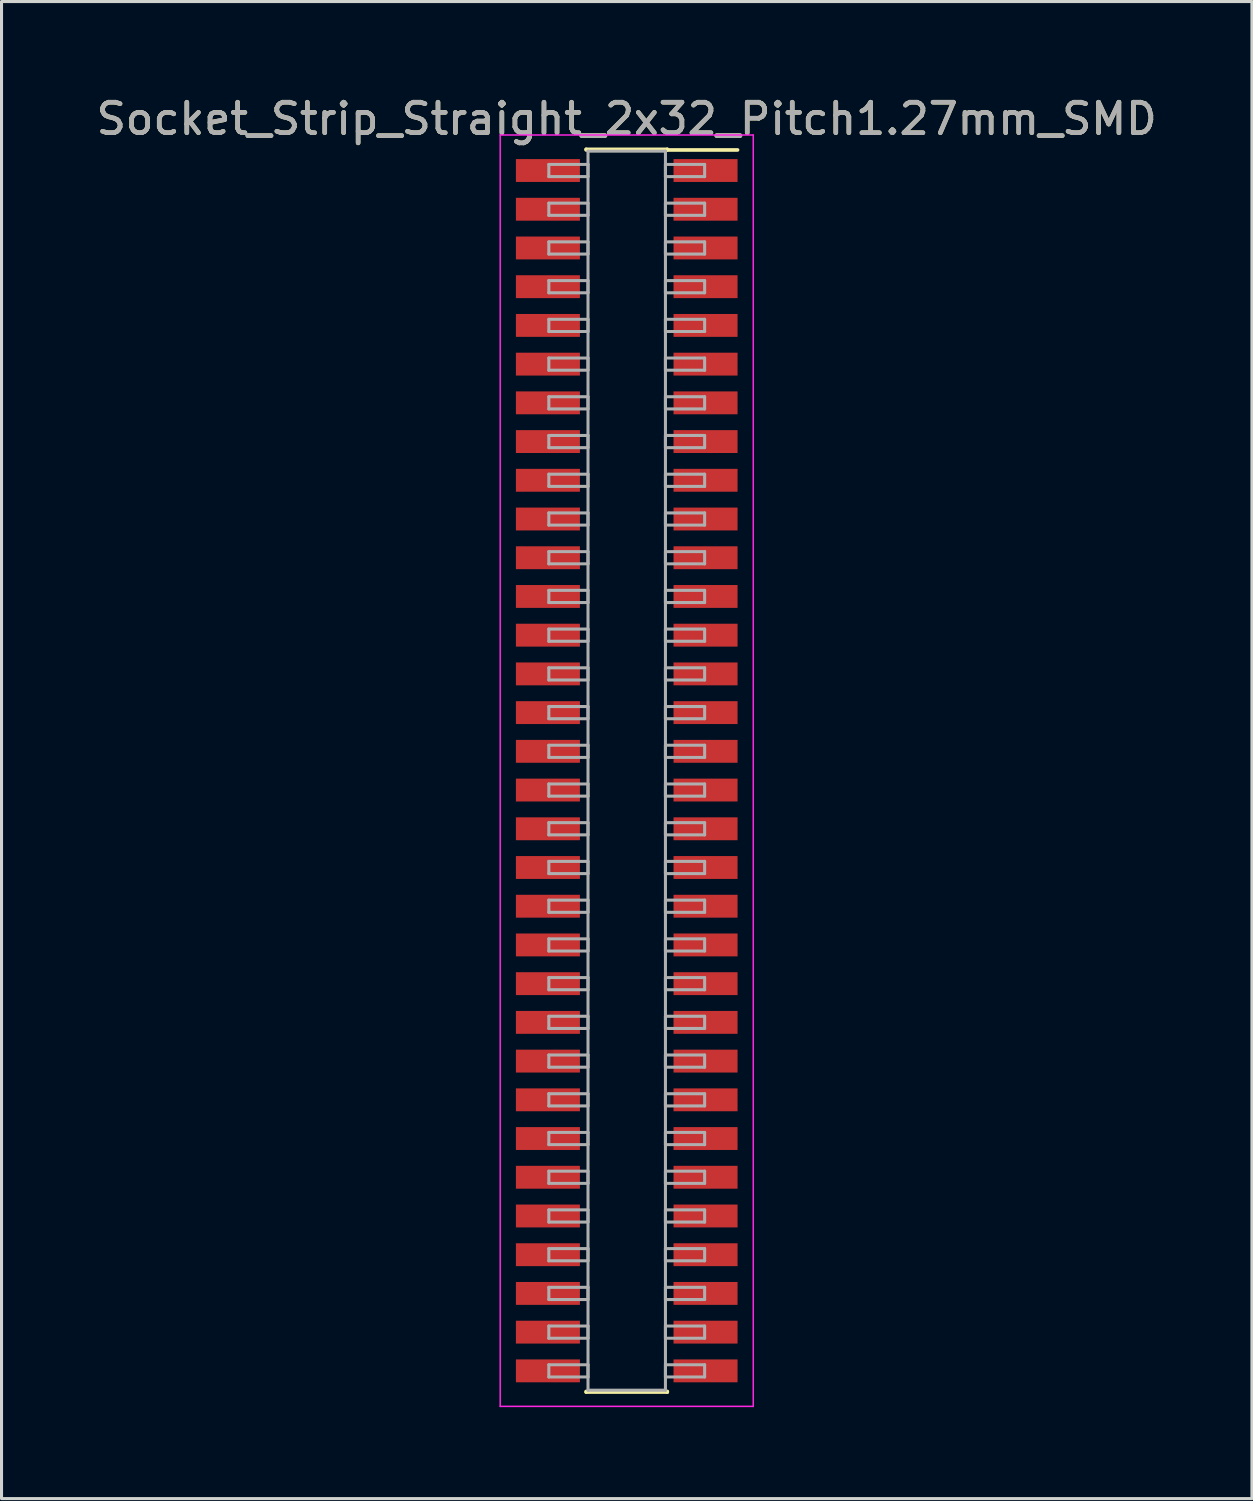
<source format=kicad_pcb>
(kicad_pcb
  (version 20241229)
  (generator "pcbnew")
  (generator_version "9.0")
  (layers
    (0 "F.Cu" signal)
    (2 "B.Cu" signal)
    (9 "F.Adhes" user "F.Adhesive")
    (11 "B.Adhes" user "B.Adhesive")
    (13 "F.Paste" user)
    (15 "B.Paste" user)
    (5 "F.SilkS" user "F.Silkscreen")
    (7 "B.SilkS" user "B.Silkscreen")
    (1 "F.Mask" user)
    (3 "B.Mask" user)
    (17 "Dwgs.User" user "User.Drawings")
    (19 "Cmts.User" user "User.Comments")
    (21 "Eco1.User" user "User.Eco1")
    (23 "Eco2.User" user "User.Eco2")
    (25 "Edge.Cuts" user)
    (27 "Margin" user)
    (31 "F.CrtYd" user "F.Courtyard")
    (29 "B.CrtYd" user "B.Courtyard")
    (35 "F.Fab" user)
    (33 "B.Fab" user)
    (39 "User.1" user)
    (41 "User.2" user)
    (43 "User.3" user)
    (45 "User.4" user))
  (footprint "Socket_Strip_Straight_2x32_Pitch1.27mm_SMD"
    (layer "F.Cu")
    (at 17.506 22.228)
    (property "Reference" "Socket_Strip_Straight_2x32_Pitch1.27mm_SMD" (at 0 -21.38 0) (layer "F.SilkS") (effects (font (size 1 1) (thickness 0.15))))
    (attr smd)
    (fp_line (start -1.33 -20.38) (end 1.33 -20.38) (stroke (width 0.12) (type solid)) (layer "F.SilkS"))
    (fp_line (start -1.33 -20.36) (end -1.33 -20.38) (stroke (width 0.12) (type solid)) (layer "F.SilkS"))
    (fp_line (start -1.33 20.36) (end -1.33 20.38) (stroke (width 0.12) (type solid)) (layer "F.SilkS"))
    (fp_line (start -1.33 20.38) (end 1.33 20.38) (stroke (width 0.12) (type solid)) (layer "F.SilkS"))
    (fp_line (start 1.33 -20.38) (end 1.33 -20.36) (stroke (width 0.12) (type solid)) (layer "F.SilkS"))
    (fp_line (start 1.33 20.38) (end 1.33 20.36) (stroke (width 0.12) (type solid)) (layer "F.SilkS"))
    (fp_line (start 3.635 -20.36) (end 1.33 -20.36) (stroke (width 0.12) (type solid)) (layer "F.SilkS"))
    (fp_line (start -4.15 -20.85) (end -4.15 20.85) (stroke (width 0.05) (type solid)) (layer "F.CrtYd"))
    (fp_line (start -4.15 20.85) (end 4.15 20.85) (stroke (width 0.05) (type solid)) (layer "F.CrtYd"))
    (fp_line (start 4.15 -20.85) (end -4.15 -20.85) (stroke (width 0.05) (type solid)) (layer "F.CrtYd"))
    (fp_line (start 4.15 20.85) (end 4.15 -20.85) (stroke (width 0.05) (type solid)) (layer "F.CrtYd"))
    (fp_line (start -2.555 -19.885) (end -1.27 -19.885) (stroke (width 0.1) (type solid)) (layer "F.Fab"))
    (fp_line (start -2.555 -19.485) (end -2.555 -19.885) (stroke (width 0.1) (type solid)) (layer "F.Fab"))
    (fp_line (start -2.555 -18.615) (end -1.27 -18.615) (stroke (width 0.1) (type solid)) (layer "F.Fab"))
    (fp_line (start -2.555 -18.215) (end -2.555 -18.615) (stroke (width 0.1) (type solid)) (layer "F.Fab"))
    (fp_line (start -2.555 -17.345) (end -1.27 -17.345) (stroke (width 0.1) (type solid)) (layer "F.Fab"))
    (fp_line (start -2.555 -16.945) (end -2.555 -17.345) (stroke (width 0.1) (type solid)) (layer "F.Fab"))
    (fp_line (start -2.555 -16.075) (end -1.27 -16.075) (stroke (width 0.1) (type solid)) (layer "F.Fab"))
    (fp_line (start -2.555 -15.675) (end -2.555 -16.075) (stroke (width 0.1) (type solid)) (layer "F.Fab"))
    (fp_line (start -2.555 -14.805) (end -1.27 -14.805) (stroke (width 0.1) (type solid)) (layer "F.Fab"))
    (fp_line (start -2.555 -14.405) (end -2.555 -14.805) (stroke (width 0.1) (type solid)) (layer "F.Fab"))
    (fp_line (start -2.555 -13.535) (end -1.27 -13.535) (stroke (width 0.1) (type solid)) (layer "F.Fab"))
    (fp_line (start -2.555 -13.135) (end -2.555 -13.535) (stroke (width 0.1) (type solid)) (layer "F.Fab"))
    (fp_line (start -2.555 -12.265) (end -1.27 -12.265) (stroke (width 0.1) (type solid)) (layer "F.Fab"))
    (fp_line (start -2.555 -11.865) (end -2.555 -12.265) (stroke (width 0.1) (type solid)) (layer "F.Fab"))
    (fp_line (start -2.555 -10.995) (end -1.27 -10.995) (stroke (width 0.1) (type solid)) (layer "F.Fab"))
    (fp_line (start -2.555 -10.595) (end -2.555 -10.995) (stroke (width 0.1) (type solid)) (layer "F.Fab"))
    (fp_line (start -2.555 -9.725) (end -1.27 -9.725) (stroke (width 0.1) (type solid)) (layer "F.Fab"))
    (fp_line (start -2.555 -9.325) (end -2.555 -9.725) (stroke (width 0.1) (type solid)) (layer "F.Fab"))
    (fp_line (start -2.555 -8.455) (end -1.27 -8.455) (stroke (width 0.1) (type solid)) (layer "F.Fab"))
    (fp_line (start -2.555 -8.055) (end -2.555 -8.455) (stroke (width 0.1) (type solid)) (layer "F.Fab"))
    (fp_line (start -2.555 -7.185) (end -1.27 -7.185) (stroke (width 0.1) (type solid)) (layer "F.Fab"))
    (fp_line (start -2.555 -6.785) (end -2.555 -7.185) (stroke (width 0.1) (type solid)) (layer "F.Fab"))
    (fp_line (start -2.555 -5.915) (end -1.27 -5.915) (stroke (width 0.1) (type solid)) (layer "F.Fab"))
    (fp_line (start -2.555 -5.515) (end -2.555 -5.915) (stroke (width 0.1) (type solid)) (layer "F.Fab"))
    (fp_line (start -2.555 -4.645) (end -1.27 -4.645) (stroke (width 0.1) (type solid)) (layer "F.Fab"))
    (fp_line (start -2.555 -4.245) (end -2.555 -4.645) (stroke (width 0.1) (type solid)) (layer "F.Fab"))
    (fp_line (start -2.555 -3.375) (end -1.27 -3.375) (stroke (width 0.1) (type solid)) (layer "F.Fab"))
    (fp_line (start -2.555 -2.975) (end -2.555 -3.375) (stroke (width 0.1) (type solid)) (layer "F.Fab"))
    (fp_line (start -2.555 -2.105) (end -1.27 -2.105) (stroke (width 0.1) (type solid)) (layer "F.Fab"))
    (fp_line (start -2.555 -1.705) (end -2.555 -2.105) (stroke (width 0.1) (type solid)) (layer "F.Fab"))
    (fp_line (start -2.555 -0.835) (end -1.27 -0.835) (stroke (width 0.1) (type solid)) (layer "F.Fab"))
    (fp_line (start -2.555 -0.435) (end -2.555 -0.835) (stroke (width 0.1) (type solid)) (layer "F.Fab"))
    (fp_line (start -2.555 0.435) (end -1.27 0.435) (stroke (width 0.1) (type solid)) (layer "F.Fab"))
    (fp_line (start -2.555 0.835) (end -2.555 0.435) (stroke (width 0.1) (type solid)) (layer "F.Fab"))
    (fp_line (start -2.555 1.705) (end -1.27 1.705) (stroke (width 0.1) (type solid)) (layer "F.Fab"))
    (fp_line (start -2.555 2.105) (end -2.555 1.705) (stroke (width 0.1) (type solid)) (layer "F.Fab"))
    (fp_line (start -2.555 2.975) (end -1.27 2.975) (stroke (width 0.1) (type solid)) (layer "F.Fab"))
    (fp_line (start -2.555 3.375) (end -2.555 2.975) (stroke (width 0.1) (type solid)) (layer "F.Fab"))
    (fp_line (start -2.555 4.245) (end -1.27 4.245) (stroke (width 0.1) (type solid)) (layer "F.Fab"))
    (fp_line (start -2.555 4.645) (end -2.555 4.245) (stroke (width 0.1) (type solid)) (layer "F.Fab"))
    (fp_line (start -2.555 5.515) (end -1.27 5.515) (stroke (width 0.1) (type solid)) (layer "F.Fab"))
    (fp_line (start -2.555 5.915) (end -2.555 5.515) (stroke (width 0.1) (type solid)) (layer "F.Fab"))
    (fp_line (start -2.555 6.785) (end -1.27 6.785) (stroke (width 0.1) (type solid)) (layer "F.Fab"))
    (fp_line (start -2.555 7.185) (end -2.555 6.785) (stroke (width 0.1) (type solid)) (layer "F.Fab"))
    (fp_line (start -2.555 8.055) (end -1.27 8.055) (stroke (width 0.1) (type solid)) (layer "F.Fab"))
    (fp_line (start -2.555 8.455) (end -2.555 8.055) (stroke (width 0.1) (type solid)) (layer "F.Fab"))
    (fp_line (start -2.555 9.325) (end -1.27 9.325) (stroke (width 0.1) (type solid)) (layer "F.Fab"))
    (fp_line (start -2.555 9.725) (end -2.555 9.325) (stroke (width 0.1) (type solid)) (layer "F.Fab"))
    (fp_line (start -2.555 10.595) (end -1.27 10.595) (stroke (width 0.1) (type solid)) (layer "F.Fab"))
    (fp_line (start -2.555 10.995) (end -2.555 10.595) (stroke (width 0.1) (type solid)) (layer "F.Fab"))
    (fp_line (start -2.555 11.865) (end -1.27 11.865) (stroke (width 0.1) (type solid)) (layer "F.Fab"))
    (fp_line (start -2.555 12.265) (end -2.555 11.865) (stroke (width 0.1) (type solid)) (layer "F.Fab"))
    (fp_line (start -2.555 13.135) (end -1.27 13.135) (stroke (width 0.1) (type solid)) (layer "F.Fab"))
    (fp_line (start -2.555 13.535) (end -2.555 13.135) (stroke (width 0.1) (type solid)) (layer "F.Fab"))
    (fp_line (start -2.555 14.405) (end -1.27 14.405) (stroke (width 0.1) (type solid)) (layer "F.Fab"))
    (fp_line (start -2.555 14.805) (end -2.555 14.405) (stroke (width 0.1) (type solid)) (layer "F.Fab"))
    (fp_line (start -2.555 15.675) (end -1.27 15.675) (stroke (width 0.1) (type solid)) (layer "F.Fab"))
    (fp_line (start -2.555 16.075) (end -2.555 15.675) (stroke (width 0.1) (type solid)) (layer "F.Fab"))
    (fp_line (start -2.555 16.945) (end -1.27 16.945) (stroke (width 0.1) (type solid)) (layer "F.Fab"))
    (fp_line (start -2.555 17.345) (end -2.555 16.945) (stroke (width 0.1) (type solid)) (layer "F.Fab"))
    (fp_line (start -2.555 18.215) (end -1.27 18.215) (stroke (width 0.1) (type solid)) (layer "F.Fab"))
    (fp_line (start -2.555 18.615) (end -2.555 18.215) (stroke (width 0.1) (type solid)) (layer "F.Fab"))
    (fp_line (start -2.555 19.485) (end -1.27 19.485) (stroke (width 0.1) (type solid)) (layer "F.Fab"))
    (fp_line (start -2.555 19.885) (end -2.555 19.485) (stroke (width 0.1) (type solid)) (layer "F.Fab"))
    (fp_line (start -1.27 -20.32) (end -1.27 20.32) (stroke (width 0.1) (type solid)) (layer "F.Fab"))
    (fp_line (start -1.27 -19.885) (end -1.27 -19.485) (stroke (width 0.1) (type solid)) (layer "F.Fab"))
    (fp_line (start -1.27 -19.485) (end -2.555 -19.485) (stroke (width 0.1) (type solid)) (layer "F.Fab"))
    (fp_line (start -1.27 -18.615) (end -1.27 -18.215) (stroke (width 0.1) (type solid)) (layer "F.Fab"))
    (fp_line (start -1.27 -18.215) (end -2.555 -18.215) (stroke (width 0.1) (type solid)) (layer "F.Fab"))
    (fp_line (start -1.27 -17.345) (end -1.27 -16.945) (stroke (width 0.1) (type solid)) (layer "F.Fab"))
    (fp_line (start -1.27 -16.945) (end -2.555 -16.945) (stroke (width 0.1) (type solid)) (layer "F.Fab"))
    (fp_line (start -1.27 -16.075) (end -1.27 -15.675) (stroke (width 0.1) (type solid)) (layer "F.Fab"))
    (fp_line (start -1.27 -15.675) (end -2.555 -15.675) (stroke (width 0.1) (type solid)) (layer "F.Fab"))
    (fp_line (start -1.27 -14.805) (end -1.27 -14.405) (stroke (width 0.1) (type solid)) (layer "F.Fab"))
    (fp_line (start -1.27 -14.405) (end -2.555 -14.405) (stroke (width 0.1) (type solid)) (layer "F.Fab"))
    (fp_line (start -1.27 -13.535) (end -1.27 -13.135) (stroke (width 0.1) (type solid)) (layer "F.Fab"))
    (fp_line (start -1.27 -13.135) (end -2.555 -13.135) (stroke (width 0.1) (type solid)) (layer "F.Fab"))
    (fp_line (start -1.27 -12.265) (end -1.27 -11.865) (stroke (width 0.1) (type solid)) (layer "F.Fab"))
    (fp_line (start -1.27 -11.865) (end -2.555 -11.865) (stroke (width 0.1) (type solid)) (layer "F.Fab"))
    (fp_line (start -1.27 -10.995) (end -1.27 -10.595) (stroke (width 0.1) (type solid)) (layer "F.Fab"))
    (fp_line (start -1.27 -10.595) (end -2.555 -10.595) (stroke (width 0.1) (type solid)) (layer "F.Fab"))
    (fp_line (start -1.27 -9.725) (end -1.27 -9.325) (stroke (width 0.1) (type solid)) (layer "F.Fab"))
    (fp_line (start -1.27 -9.325) (end -2.555 -9.325) (stroke (width 0.1) (type solid)) (layer "F.Fab"))
    (fp_line (start -1.27 -8.455) (end -1.27 -8.055) (stroke (width 0.1) (type solid)) (layer "F.Fab"))
    (fp_line (start -1.27 -8.055) (end -2.555 -8.055) (stroke (width 0.1) (type solid)) (layer "F.Fab"))
    (fp_line (start -1.27 -7.185) (end -1.27 -6.785) (stroke (width 0.1) (type solid)) (layer "F.Fab"))
    (fp_line (start -1.27 -6.785) (end -2.555 -6.785) (stroke (width 0.1) (type solid)) (layer "F.Fab"))
    (fp_line (start -1.27 -5.915) (end -1.27 -5.515) (stroke (width 0.1) (type solid)) (layer "F.Fab"))
    (fp_line (start -1.27 -5.515) (end -2.555 -5.515) (stroke (width 0.1) (type solid)) (layer "F.Fab"))
    (fp_line (start -1.27 -4.645) (end -1.27 -4.245) (stroke (width 0.1) (type solid)) (layer "F.Fab"))
    (fp_line (start -1.27 -4.245) (end -2.555 -4.245) (stroke (width 0.1) (type solid)) (layer "F.Fab"))
    (fp_line (start -1.27 -3.375) (end -1.27 -2.975) (stroke (width 0.1) (type solid)) (layer "F.Fab"))
    (fp_line (start -1.27 -2.975) (end -2.555 -2.975) (stroke (width 0.1) (type solid)) (layer "F.Fab"))
    (fp_line (start -1.27 -2.105) (end -1.27 -1.705) (stroke (width 0.1) (type solid)) (layer "F.Fab"))
    (fp_line (start -1.27 -1.705) (end -2.555 -1.705) (stroke (width 0.1) (type solid)) (layer "F.Fab"))
    (fp_line (start -1.27 -0.835) (end -1.27 -0.435) (stroke (width 0.1) (type solid)) (layer "F.Fab"))
    (fp_line (start -1.27 -0.435) (end -2.555 -0.435) (stroke (width 0.1) (type solid)) (layer "F.Fab"))
    (fp_line (start -1.27 0.435) (end -1.27 0.835) (stroke (width 0.1) (type solid)) (layer "F.Fab"))
    (fp_line (start -1.27 0.835) (end -2.555 0.835) (stroke (width 0.1) (type solid)) (layer "F.Fab"))
    (fp_line (start -1.27 1.705) (end -1.27 2.105) (stroke (width 0.1) (type solid)) (layer "F.Fab"))
    (fp_line (start -1.27 2.105) (end -2.555 2.105) (stroke (width 0.1) (type solid)) (layer "F.Fab"))
    (fp_line (start -1.27 2.975) (end -1.27 3.375) (stroke (width 0.1) (type solid)) (layer "F.Fab"))
    (fp_line (start -1.27 3.375) (end -2.555 3.375) (stroke (width 0.1) (type solid)) (layer "F.Fab"))
    (fp_line (start -1.27 4.245) (end -1.27 4.645) (stroke (width 0.1) (type solid)) (layer "F.Fab"))
    (fp_line (start -1.27 4.645) (end -2.555 4.645) (stroke (width 0.1) (type solid)) (layer "F.Fab"))
    (fp_line (start -1.27 5.515) (end -1.27 5.915) (stroke (width 0.1) (type solid)) (layer "F.Fab"))
    (fp_line (start -1.27 5.915) (end -2.555 5.915) (stroke (width 0.1) (type solid)) (layer "F.Fab"))
    (fp_line (start -1.27 6.785) (end -1.27 7.185) (stroke (width 0.1) (type solid)) (layer "F.Fab"))
    (fp_line (start -1.27 7.185) (end -2.555 7.185) (stroke (width 0.1) (type solid)) (layer "F.Fab"))
    (fp_line (start -1.27 8.055) (end -1.27 8.455) (stroke (width 0.1) (type solid)) (layer "F.Fab"))
    (fp_line (start -1.27 8.455) (end -2.555 8.455) (stroke (width 0.1) (type solid)) (layer "F.Fab"))
    (fp_line (start -1.27 9.325) (end -1.27 9.725) (stroke (width 0.1) (type solid)) (layer "F.Fab"))
    (fp_line (start -1.27 9.725) (end -2.555 9.725) (stroke (width 0.1) (type solid)) (layer "F.Fab"))
    (fp_line (start -1.27 10.595) (end -1.27 10.995) (stroke (width 0.1) (type solid)) (layer "F.Fab"))
    (fp_line (start -1.27 10.995) (end -2.555 10.995) (stroke (width 0.1) (type solid)) (layer "F.Fab"))
    (fp_line (start -1.27 11.865) (end -1.27 12.265) (stroke (width 0.1) (type solid)) (layer "F.Fab"))
    (fp_line (start -1.27 12.265) (end -2.555 12.265) (stroke (width 0.1) (type solid)) (layer "F.Fab"))
    (fp_line (start -1.27 13.135) (end -1.27 13.535) (stroke (width 0.1) (type solid)) (layer "F.Fab"))
    (fp_line (start -1.27 13.535) (end -2.555 13.535) (stroke (width 0.1) (type solid)) (layer "F.Fab"))
    (fp_line (start -1.27 14.405) (end -1.27 14.805) (stroke (width 0.1) (type solid)) (layer "F.Fab"))
    (fp_line (start -1.27 14.805) (end -2.555 14.805) (stroke (width 0.1) (type solid)) (layer "F.Fab"))
    (fp_line (start -1.27 15.675) (end -1.27 16.075) (stroke (width 0.1) (type solid)) (layer "F.Fab"))
    (fp_line (start -1.27 16.075) (end -2.555 16.075) (stroke (width 0.1) (type solid)) (layer "F.Fab"))
    (fp_line (start -1.27 16.945) (end -1.27 17.345) (stroke (width 0.1) (type solid)) (layer "F.Fab"))
    (fp_line (start -1.27 17.345) (end -2.555 17.345) (stroke (width 0.1) (type solid)) (layer "F.Fab"))
    (fp_line (start -1.27 18.215) (end -1.27 18.615) (stroke (width 0.1) (type solid)) (layer "F.Fab"))
    (fp_line (start -1.27 18.615) (end -2.555 18.615) (stroke (width 0.1) (type solid)) (layer "F.Fab"))
    (fp_line (start -1.27 19.485) (end -1.27 19.885) (stroke (width 0.1) (type solid)) (layer "F.Fab"))
    (fp_line (start -1.27 19.885) (end -2.555 19.885) (stroke (width 0.1) (type solid)) (layer "F.Fab"))
    (fp_line (start -1.27 20.32) (end 1.27 20.32) (stroke (width 0.1) (type solid)) (layer "F.Fab"))
    (fp_line (start 1.27 -20.32) (end -1.27 -20.32) (stroke (width 0.1) (type solid)) (layer "F.Fab"))
    (fp_line (start 1.27 -19.885) (end 1.27 -19.485) (stroke (width 0.1) (type solid)) (layer "F.Fab"))
    (fp_line (start 1.27 -19.485) (end 2.555 -19.485) (stroke (width 0.1) (type solid)) (layer "F.Fab"))
    (fp_line (start 1.27 -18.615) (end 1.27 -18.215) (stroke (width 0.1) (type solid)) (layer "F.Fab"))
    (fp_line (start 1.27 -18.215) (end 2.555 -18.215) (stroke (width 0.1) (type solid)) (layer "F.Fab"))
    (fp_line (start 1.27 -17.345) (end 1.27 -16.945) (stroke (width 0.1) (type solid)) (layer "F.Fab"))
    (fp_line (start 1.27 -16.945) (end 2.555 -16.945) (stroke (width 0.1) (type solid)) (layer "F.Fab"))
    (fp_line (start 1.27 -16.075) (end 1.27 -15.675) (stroke (width 0.1) (type solid)) (layer "F.Fab"))
    (fp_line (start 1.27 -15.675) (end 2.555 -15.675) (stroke (width 0.1) (type solid)) (layer "F.Fab"))
    (fp_line (start 1.27 -14.805) (end 1.27 -14.405) (stroke (width 0.1) (type solid)) (layer "F.Fab"))
    (fp_line (start 1.27 -14.405) (end 2.555 -14.405) (stroke (width 0.1) (type solid)) (layer "F.Fab"))
    (fp_line (start 1.27 -13.535) (end 1.27 -13.135) (stroke (width 0.1) (type solid)) (layer "F.Fab"))
    (fp_line (start 1.27 -13.135) (end 2.555 -13.135) (stroke (width 0.1) (type solid)) (layer "F.Fab"))
    (fp_line (start 1.27 -12.265) (end 1.27 -11.865) (stroke (width 0.1) (type solid)) (layer "F.Fab"))
    (fp_line (start 1.27 -11.865) (end 2.555 -11.865) (stroke (width 0.1) (type solid)) (layer "F.Fab"))
    (fp_line (start 1.27 -10.995) (end 1.27 -10.595) (stroke (width 0.1) (type solid)) (layer "F.Fab"))
    (fp_line (start 1.27 -10.595) (end 2.555 -10.595) (stroke (width 0.1) (type solid)) (layer "F.Fab"))
    (fp_line (start 1.27 -9.725) (end 1.27 -9.325) (stroke (width 0.1) (type solid)) (layer "F.Fab"))
    (fp_line (start 1.27 -9.325) (end 2.555 -9.325) (stroke (width 0.1) (type solid)) (layer "F.Fab"))
    (fp_line (start 1.27 -8.455) (end 1.27 -8.055) (stroke (width 0.1) (type solid)) (layer "F.Fab"))
    (fp_line (start 1.27 -8.055) (end 2.555 -8.055) (stroke (width 0.1) (type solid)) (layer "F.Fab"))
    (fp_line (start 1.27 -7.185) (end 1.27 -6.785) (stroke (width 0.1) (type solid)) (layer "F.Fab"))
    (fp_line (start 1.27 -6.785) (end 2.555 -6.785) (stroke (width 0.1) (type solid)) (layer "F.Fab"))
    (fp_line (start 1.27 -5.915) (end 1.27 -5.515) (stroke (width 0.1) (type solid)) (layer "F.Fab"))
    (fp_line (start 1.27 -5.515) (end 2.555 -5.515) (stroke (width 0.1) (type solid)) (layer "F.Fab"))
    (fp_line (start 1.27 -4.645) (end 1.27 -4.245) (stroke (width 0.1) (type solid)) (layer "F.Fab"))
    (fp_line (start 1.27 -4.245) (end 2.555 -4.245) (stroke (width 0.1) (type solid)) (layer "F.Fab"))
    (fp_line (start 1.27 -3.375) (end 1.27 -2.975) (stroke (width 0.1) (type solid)) (layer "F.Fab"))
    (fp_line (start 1.27 -2.975) (end 2.555 -2.975) (stroke (width 0.1) (type solid)) (layer "F.Fab"))
    (fp_line (start 1.27 -2.105) (end 1.27 -1.705) (stroke (width 0.1) (type solid)) (layer "F.Fab"))
    (fp_line (start 1.27 -1.705) (end 2.555 -1.705) (stroke (width 0.1) (type solid)) (layer "F.Fab"))
    (fp_line (start 1.27 -0.835) (end 1.27 -0.435) (stroke (width 0.1) (type solid)) (layer "F.Fab"))
    (fp_line (start 1.27 -0.435) (end 2.555 -0.435) (stroke (width 0.1) (type solid)) (layer "F.Fab"))
    (fp_line (start 1.27 0.435) (end 1.27 0.835) (stroke (width 0.1) (type solid)) (layer "F.Fab"))
    (fp_line (start 1.27 0.835) (end 2.555 0.835) (stroke (width 0.1) (type solid)) (layer "F.Fab"))
    (fp_line (start 1.27 1.705) (end 1.27 2.105) (stroke (width 0.1) (type solid)) (layer "F.Fab"))
    (fp_line (start 1.27 2.105) (end 2.555 2.105) (stroke (width 0.1) (type solid)) (layer "F.Fab"))
    (fp_line (start 1.27 2.975) (end 1.27 3.375) (stroke (width 0.1) (type solid)) (layer "F.Fab"))
    (fp_line (start 1.27 3.375) (end 2.555 3.375) (stroke (width 0.1) (type solid)) (layer "F.Fab"))
    (fp_line (start 1.27 4.245) (end 1.27 4.645) (stroke (width 0.1) (type solid)) (layer "F.Fab"))
    (fp_line (start 1.27 4.645) (end 2.555 4.645) (stroke (width 0.1) (type solid)) (layer "F.Fab"))
    (fp_line (start 1.27 5.515) (end 1.27 5.915) (stroke (width 0.1) (type solid)) (layer "F.Fab"))
    (fp_line (start 1.27 5.915) (end 2.555 5.915) (stroke (width 0.1) (type solid)) (layer "F.Fab"))
    (fp_line (start 1.27 6.785) (end 1.27 7.185) (stroke (width 0.1) (type solid)) (layer "F.Fab"))
    (fp_line (start 1.27 7.185) (end 2.555 7.185) (stroke (width 0.1) (type solid)) (layer "F.Fab"))
    (fp_line (start 1.27 8.055) (end 1.27 8.455) (stroke (width 0.1) (type solid)) (layer "F.Fab"))
    (fp_line (start 1.27 8.455) (end 2.555 8.455) (stroke (width 0.1) (type solid)) (layer "F.Fab"))
    (fp_line (start 1.27 9.325) (end 1.27 9.725) (stroke (width 0.1) (type solid)) (layer "F.Fab"))
    (fp_line (start 1.27 9.725) (end 2.555 9.725) (stroke (width 0.1) (type solid)) (layer "F.Fab"))
    (fp_line (start 1.27 10.595) (end 1.27 10.995) (stroke (width 0.1) (type solid)) (layer "F.Fab"))
    (fp_line (start 1.27 10.995) (end 2.555 10.995) (stroke (width 0.1) (type solid)) (layer "F.Fab"))
    (fp_line (start 1.27 11.865) (end 1.27 12.265) (stroke (width 0.1) (type solid)) (layer "F.Fab"))
    (fp_line (start 1.27 12.265) (end 2.555 12.265) (stroke (width 0.1) (type solid)) (layer "F.Fab"))
    (fp_line (start 1.27 13.135) (end 1.27 13.535) (stroke (width 0.1) (type solid)) (layer "F.Fab"))
    (fp_line (start 1.27 13.535) (end 2.555 13.535) (stroke (width 0.1) (type solid)) (layer "F.Fab"))
    (fp_line (start 1.27 14.405) (end 1.27 14.805) (stroke (width 0.1) (type solid)) (layer "F.Fab"))
    (fp_line (start 1.27 14.805) (end 2.555 14.805) (stroke (width 0.1) (type solid)) (layer "F.Fab"))
    (fp_line (start 1.27 15.675) (end 1.27 16.075) (stroke (width 0.1) (type solid)) (layer "F.Fab"))
    (fp_line (start 1.27 16.075) (end 2.555 16.075) (stroke (width 0.1) (type solid)) (layer "F.Fab"))
    (fp_line (start 1.27 16.945) (end 1.27 17.345) (stroke (width 0.1) (type solid)) (layer "F.Fab"))
    (fp_line (start 1.27 17.345) (end 2.555 17.345) (stroke (width 0.1) (type solid)) (layer "F.Fab"))
    (fp_line (start 1.27 18.215) (end 1.27 18.615) (stroke (width 0.1) (type solid)) (layer "F.Fab"))
    (fp_line (start 1.27 18.615) (end 2.555 18.615) (stroke (width 0.1) (type solid)) (layer "F.Fab"))
    (fp_line (start 1.27 19.485) (end 1.27 19.885) (stroke (width 0.1) (type solid)) (layer "F.Fab"))
    (fp_line (start 1.27 19.885) (end 2.555 19.885) (stroke (width 0.1) (type solid)) (layer "F.Fab"))
    (fp_line (start 1.27 20.32) (end 1.27 -20.32) (stroke (width 0.1) (type solid)) (layer "F.Fab"))
    (fp_line (start 2.555 -19.885) (end 1.27 -19.885) (stroke (width 0.1) (type solid)) (layer "F.Fab"))
    (fp_line (start 2.555 -19.485) (end 2.555 -19.885) (stroke (width 0.1) (type solid)) (layer "F.Fab"))
    (fp_line (start 2.555 -18.615) (end 1.27 -18.615) (stroke (width 0.1) (type solid)) (layer "F.Fab"))
    (fp_line (start 2.555 -18.215) (end 2.555 -18.615) (stroke (width 0.1) (type solid)) (layer "F.Fab"))
    (fp_line (start 2.555 -17.345) (end 1.27 -17.345) (stroke (width 0.1) (type solid)) (layer "F.Fab"))
    (fp_line (start 2.555 -16.945) (end 2.555 -17.345) (stroke (width 0.1) (type solid)) (layer "F.Fab"))
    (fp_line (start 2.555 -16.075) (end 1.27 -16.075) (stroke (width 0.1) (type solid)) (layer "F.Fab"))
    (fp_line (start 2.555 -15.675) (end 2.555 -16.075) (stroke (width 0.1) (type solid)) (layer "F.Fab"))
    (fp_line (start 2.555 -14.805) (end 1.27 -14.805) (stroke (width 0.1) (type solid)) (layer "F.Fab"))
    (fp_line (start 2.555 -14.405) (end 2.555 -14.805) (stroke (width 0.1) (type solid)) (layer "F.Fab"))
    (fp_line (start 2.555 -13.535) (end 1.27 -13.535) (stroke (width 0.1) (type solid)) (layer "F.Fab"))
    (fp_line (start 2.555 -13.135) (end 2.555 -13.535) (stroke (width 0.1) (type solid)) (layer "F.Fab"))
    (fp_line (start 2.555 -12.265) (end 1.27 -12.265) (stroke (width 0.1) (type solid)) (layer "F.Fab"))
    (fp_line (start 2.555 -11.865) (end 2.555 -12.265) (stroke (width 0.1) (type solid)) (layer "F.Fab"))
    (fp_line (start 2.555 -10.995) (end 1.27 -10.995) (stroke (width 0.1) (type solid)) (layer "F.Fab"))
    (fp_line (start 2.555 -10.595) (end 2.555 -10.995) (stroke (width 0.1) (type solid)) (layer "F.Fab"))
    (fp_line (start 2.555 -9.725) (end 1.27 -9.725) (stroke (width 0.1) (type solid)) (layer "F.Fab"))
    (fp_line (start 2.555 -9.325) (end 2.555 -9.725) (stroke (width 0.1) (type solid)) (layer "F.Fab"))
    (fp_line (start 2.555 -8.455) (end 1.27 -8.455) (stroke (width 0.1) (type solid)) (layer "F.Fab"))
    (fp_line (start 2.555 -8.055) (end 2.555 -8.455) (stroke (width 0.1) (type solid)) (layer "F.Fab"))
    (fp_line (start 2.555 -7.185) (end 1.27 -7.185) (stroke (width 0.1) (type solid)) (layer "F.Fab"))
    (fp_line (start 2.555 -6.785) (end 2.555 -7.185) (stroke (width 0.1) (type solid)) (layer "F.Fab"))
    (fp_line (start 2.555 -5.915) (end 1.27 -5.915) (stroke (width 0.1) (type solid)) (layer "F.Fab"))
    (fp_line (start 2.555 -5.515) (end 2.555 -5.915) (stroke (width 0.1) (type solid)) (layer "F.Fab"))
    (fp_line (start 2.555 -4.645) (end 1.27 -4.645) (stroke (width 0.1) (type solid)) (layer "F.Fab"))
    (fp_line (start 2.555 -4.245) (end 2.555 -4.645) (stroke (width 0.1) (type solid)) (layer "F.Fab"))
    (fp_line (start 2.555 -3.375) (end 1.27 -3.375) (stroke (width 0.1) (type solid)) (layer "F.Fab"))
    (fp_line (start 2.555 -2.975) (end 2.555 -3.375) (stroke (width 0.1) (type solid)) (layer "F.Fab"))
    (fp_line (start 2.555 -2.105) (end 1.27 -2.105) (stroke (width 0.1) (type solid)) (layer "F.Fab"))
    (fp_line (start 2.555 -1.705) (end 2.555 -2.105) (stroke (width 0.1) (type solid)) (layer "F.Fab"))
    (fp_line (start 2.555 -0.835) (end 1.27 -0.835) (stroke (width 0.1) (type solid)) (layer "F.Fab"))
    (fp_line (start 2.555 -0.435) (end 2.555 -0.835) (stroke (width 0.1) (type solid)) (layer "F.Fab"))
    (fp_line (start 2.555 0.435) (end 1.27 0.435) (stroke (width 0.1) (type solid)) (layer "F.Fab"))
    (fp_line (start 2.555 0.835) (end 2.555 0.435) (stroke (width 0.1) (type solid)) (layer "F.Fab"))
    (fp_line (start 2.555 1.705) (end 1.27 1.705) (stroke (width 0.1) (type solid)) (layer "F.Fab"))
    (fp_line (start 2.555 2.105) (end 2.555 1.705) (stroke (width 0.1) (type solid)) (layer "F.Fab"))
    (fp_line (start 2.555 2.975) (end 1.27 2.975) (stroke (width 0.1) (type solid)) (layer "F.Fab"))
    (fp_line (start 2.555 3.375) (end 2.555 2.975) (stroke (width 0.1) (type solid)) (layer "F.Fab"))
    (fp_line (start 2.555 4.245) (end 1.27 4.245) (stroke (width 0.1) (type solid)) (layer "F.Fab"))
    (fp_line (start 2.555 4.645) (end 2.555 4.245) (stroke (width 0.1) (type solid)) (layer "F.Fab"))
    (fp_line (start 2.555 5.515) (end 1.27 5.515) (stroke (width 0.1) (type solid)) (layer "F.Fab"))
    (fp_line (start 2.555 5.915) (end 2.555 5.515) (stroke (width 0.1) (type solid)) (layer "F.Fab"))
    (fp_line (start 2.555 6.785) (end 1.27 6.785) (stroke (width 0.1) (type solid)) (layer "F.Fab"))
    (fp_line (start 2.555 7.185) (end 2.555 6.785) (stroke (width 0.1) (type solid)) (layer "F.Fab"))
    (fp_line (start 2.555 8.055) (end 1.27 8.055) (stroke (width 0.1) (type solid)) (layer "F.Fab"))
    (fp_line (start 2.555 8.455) (end 2.555 8.055) (stroke (width 0.1) (type solid)) (layer "F.Fab"))
    (fp_line (start 2.555 9.325) (end 1.27 9.325) (stroke (width 0.1) (type solid)) (layer "F.Fab"))
    (fp_line (start 2.555 9.725) (end 2.555 9.325) (stroke (width 0.1) (type solid)) (layer "F.Fab"))
    (fp_line (start 2.555 10.595) (end 1.27 10.595) (stroke (width 0.1) (type solid)) (layer "F.Fab"))
    (fp_line (start 2.555 10.995) (end 2.555 10.595) (stroke (width 0.1) (type solid)) (layer "F.Fab"))
    (fp_line (start 2.555 11.865) (end 1.27 11.865) (stroke (width 0.1) (type solid)) (layer "F.Fab"))
    (fp_line (start 2.555 12.265) (end 2.555 11.865) (stroke (width 0.1) (type solid)) (layer "F.Fab"))
    (fp_line (start 2.555 13.135) (end 1.27 13.135) (stroke (width 0.1) (type solid)) (layer "F.Fab"))
    (fp_line (start 2.555 13.535) (end 2.555 13.135) (stroke (width 0.1) (type solid)) (layer "F.Fab"))
    (fp_line (start 2.555 14.405) (end 1.27 14.405) (stroke (width 0.1) (type solid)) (layer "F.Fab"))
    (fp_line (start 2.555 14.805) (end 2.555 14.405) (stroke (width 0.1) (type solid)) (layer "F.Fab"))
    (fp_line (start 2.555 15.675) (end 1.27 15.675) (stroke (width 0.1) (type solid)) (layer "F.Fab"))
    (fp_line (start 2.555 16.075) (end 2.555 15.675) (stroke (width 0.1) (type solid)) (layer "F.Fab"))
    (fp_line (start 2.555 16.945) (end 1.27 16.945) (stroke (width 0.1) (type solid)) (layer "F.Fab"))
    (fp_line (start 2.555 17.345) (end 2.555 16.945) (stroke (width 0.1) (type solid)) (layer "F.Fab"))
    (fp_line (start 2.555 18.215) (end 1.27 18.215) (stroke (width 0.1) (type solid)) (layer "F.Fab"))
    (fp_line (start 2.555 18.615) (end 2.555 18.215) (stroke (width 0.1) (type solid)) (layer "F.Fab"))
    (fp_line (start 2.555 19.485) (end 1.27 19.485) (stroke (width 0.1) (type solid)) (layer "F.Fab"))
    (fp_line (start 2.555 19.885) (end 2.555 19.485) (stroke (width 0.1) (type solid)) (layer "F.Fab"))
    (fp_text user "${REFERENCE}" (at 0 -21.38 0) (layer "F.Fab") (effects (font (size 1 1) (thickness 0.15))))
    (pad "1" smd rect (at 2.585 -19.685) (size 2.1 0.75) (layers "F.Cu" "F.Mask" "F.Paste"))
    (pad "2" smd rect (at -2.585 -19.685) (size 2.1 0.75) (layers "F.Cu" "F.Mask" "F.Paste"))
    (pad "3" smd rect (at 2.585 -18.415) (size 2.1 0.75) (layers "F.Cu" "F.Mask" "F.Paste"))
    (pad "4" smd rect (at -2.585 -18.415) (size 2.1 0.75) (layers "F.Cu" "F.Mask" "F.Paste"))
    (pad "5" smd rect (at 2.585 -17.145) (size 2.1 0.75) (layers "F.Cu" "F.Mask" "F.Paste"))
    (pad "6" smd rect (at -2.585 -17.145) (size 2.1 0.75) (layers "F.Cu" "F.Mask" "F.Paste"))
    (pad "7" smd rect (at 2.585 -15.875) (size 2.1 0.75) (layers "F.Cu" "F.Mask" "F.Paste"))
    (pad "8" smd rect (at -2.585 -15.875) (size 2.1 0.75) (layers "F.Cu" "F.Mask" "F.Paste"))
    (pad "9" smd rect (at 2.585 -14.605) (size 2.1 0.75) (layers "F.Cu" "F.Mask" "F.Paste"))
    (pad "10" smd rect (at -2.585 -14.605) (size 2.1 0.75) (layers "F.Cu" "F.Mask" "F.Paste"))
    (pad "11" smd rect (at 2.585 -13.335) (size 2.1 0.75) (layers "F.Cu" "F.Mask" "F.Paste"))
    (pad "12" smd rect (at -2.585 -13.335) (size 2.1 0.75) (layers "F.Cu" "F.Mask" "F.Paste"))
    (pad "13" smd rect (at 2.585 -12.065) (size 2.1 0.75) (layers "F.Cu" "F.Mask" "F.Paste"))
    (pad "14" smd rect (at -2.585 -12.065) (size 2.1 0.75) (layers "F.Cu" "F.Mask" "F.Paste"))
    (pad "15" smd rect (at 2.585 -10.795) (size 2.1 0.75) (layers "F.Cu" "F.Mask" "F.Paste"))
    (pad "16" smd rect (at -2.585 -10.795) (size 2.1 0.75) (layers "F.Cu" "F.Mask" "F.Paste"))
    (pad "17" smd rect (at 2.585 -9.525) (size 2.1 0.75) (layers "F.Cu" "F.Mask" "F.Paste"))
    (pad "18" smd rect (at -2.585 -9.525) (size 2.1 0.75) (layers "F.Cu" "F.Mask" "F.Paste"))
    (pad "19" smd rect (at 2.585 -8.255) (size 2.1 0.75) (layers "F.Cu" "F.Mask" "F.Paste"))
    (pad "20" smd rect (at -2.585 -8.255) (size 2.1 0.75) (layers "F.Cu" "F.Mask" "F.Paste"))
    (pad "21" smd rect (at 2.585 -6.985) (size 2.1 0.75) (layers "F.Cu" "F.Mask" "F.Paste"))
    (pad "22" smd rect (at -2.585 -6.985) (size 2.1 0.75) (layers "F.Cu" "F.Mask" "F.Paste"))
    (pad "23" smd rect (at 2.585 -5.715) (size 2.1 0.75) (layers "F.Cu" "F.Mask" "F.Paste"))
    (pad "24" smd rect (at -2.585 -5.715) (size 2.1 0.75) (layers "F.Cu" "F.Mask" "F.Paste"))
    (pad "25" smd rect (at 2.585 -4.445) (size 2.1 0.75) (layers "F.Cu" "F.Mask" "F.Paste"))
    (pad "26" smd rect (at -2.585 -4.445) (size 2.1 0.75) (layers "F.Cu" "F.Mask" "F.Paste"))
    (pad "27" smd rect (at 2.585 -3.175) (size 2.1 0.75) (layers "F.Cu" "F.Mask" "F.Paste"))
    (pad "28" smd rect (at -2.585 -3.175) (size 2.1 0.75) (layers "F.Cu" "F.Mask" "F.Paste"))
    (pad "29" smd rect (at 2.585 -1.905) (size 2.1 0.75) (layers "F.Cu" "F.Mask" "F.Paste"))
    (pad "30" smd rect (at -2.585 -1.905) (size 2.1 0.75) (layers "F.Cu" "F.Mask" "F.Paste"))
    (pad "31" smd rect (at 2.585 -0.635) (size 2.1 0.75) (layers "F.Cu" "F.Mask" "F.Paste"))
    (pad "32" smd rect (at -2.585 -0.635) (size 2.1 0.75) (layers "F.Cu" "F.Mask" "F.Paste"))
    (pad "33" smd rect (at 2.585 0.635) (size 2.1 0.75) (layers "F.Cu" "F.Mask" "F.Paste"))
    (pad "34" smd rect (at -2.585 0.635) (size 2.1 0.75) (layers "F.Cu" "F.Mask" "F.Paste"))
    (pad "35" smd rect (at 2.585 1.905) (size 2.1 0.75) (layers "F.Cu" "F.Mask" "F.Paste"))
    (pad "36" smd rect (at -2.585 1.905) (size 2.1 0.75) (layers "F.Cu" "F.Mask" "F.Paste"))
    (pad "37" smd rect (at 2.585 3.175) (size 2.1 0.75) (layers "F.Cu" "F.Mask" "F.Paste"))
    (pad "38" smd rect (at -2.585 3.175) (size 2.1 0.75) (layers "F.Cu" "F.Mask" "F.Paste"))
    (pad "39" smd rect (at 2.585 4.445) (size 2.1 0.75) (layers "F.Cu" "F.Mask" "F.Paste"))
    (pad "40" smd rect (at -2.585 4.445) (size 2.1 0.75) (layers "F.Cu" "F.Mask" "F.Paste"))
    (pad "41" smd rect (at 2.585 5.715) (size 2.1 0.75) (layers "F.Cu" "F.Mask" "F.Paste"))
    (pad "42" smd rect (at -2.585 5.715) (size 2.1 0.75) (layers "F.Cu" "F.Mask" "F.Paste"))
    (pad "43" smd rect (at 2.585 6.985) (size 2.1 0.75) (layers "F.Cu" "F.Mask" "F.Paste"))
    (pad "44" smd rect (at -2.585 6.985) (size 2.1 0.75) (layers "F.Cu" "F.Mask" "F.Paste"))
    (pad "45" smd rect (at 2.585 8.255) (size 2.1 0.75) (layers "F.Cu" "F.Mask" "F.Paste"))
    (pad "46" smd rect (at -2.585 8.255) (size 2.1 0.75) (layers "F.Cu" "F.Mask" "F.Paste"))
    (pad "47" smd rect (at 2.585 9.525) (size 2.1 0.75) (layers "F.Cu" "F.Mask" "F.Paste"))
    (pad "48" smd rect (at -2.585 9.525) (size 2.1 0.75) (layers "F.Cu" "F.Mask" "F.Paste"))
    (pad "49" smd rect (at 2.585 10.795) (size 2.1 0.75) (layers "F.Cu" "F.Mask" "F.Paste"))
    (pad "50" smd rect (at -2.585 10.795) (size 2.1 0.75) (layers "F.Cu" "F.Mask" "F.Paste"))
    (pad "51" smd rect (at 2.585 12.065) (size 2.1 0.75) (layers "F.Cu" "F.Mask" "F.Paste"))
    (pad "52" smd rect (at -2.585 12.065) (size 2.1 0.75) (layers "F.Cu" "F.Mask" "F.Paste"))
    (pad "53" smd rect (at 2.585 13.335) (size 2.1 0.75) (layers "F.Cu" "F.Mask" "F.Paste"))
    (pad "54" smd rect (at -2.585 13.335) (size 2.1 0.75) (layers "F.Cu" "F.Mask" "F.Paste"))
    (pad "55" smd rect (at 2.585 14.605) (size 2.1 0.75) (layers "F.Cu" "F.Mask" "F.Paste"))
    (pad "56" smd rect (at -2.585 14.605) (size 2.1 0.75) (layers "F.Cu" "F.Mask" "F.Paste"))
    (pad "57" smd rect (at 2.585 15.875) (size 2.1 0.75) (layers "F.Cu" "F.Mask" "F.Paste"))
    (pad "58" smd rect (at -2.585 15.875) (size 2.1 0.75) (layers "F.Cu" "F.Mask" "F.Paste"))
    (pad "59" smd rect (at 2.585 17.145) (size 2.1 0.75) (layers "F.Cu" "F.Mask" "F.Paste"))
    (pad "60" smd rect (at -2.585 17.145) (size 2.1 0.75) (layers "F.Cu" "F.Mask" "F.Paste"))
    (pad "61" smd rect (at 2.585 18.415) (size 2.1 0.75) (layers "F.Cu" "F.Mask" "F.Paste"))
    (pad "62" smd rect (at -2.585 18.415) (size 2.1 0.75) (layers "F.Cu" "F.Mask" "F.Paste"))
    (pad "63" smd rect (at 2.585 19.685) (size 2.1 0.75) (layers "F.Cu" "F.Mask" "F.Paste"))
    (pad "64" smd rect (at -2.585 19.685) (size 2.1 0.75) (layers "F.Cu" "F.Mask" "F.Paste")))
  (gr_rect
    (start -3 -3)
    (end 38.012 46.103)
    (stroke (width 0.1) (type default))
    (fill no)
    (layer "Edge.Cuts")))
</source>
